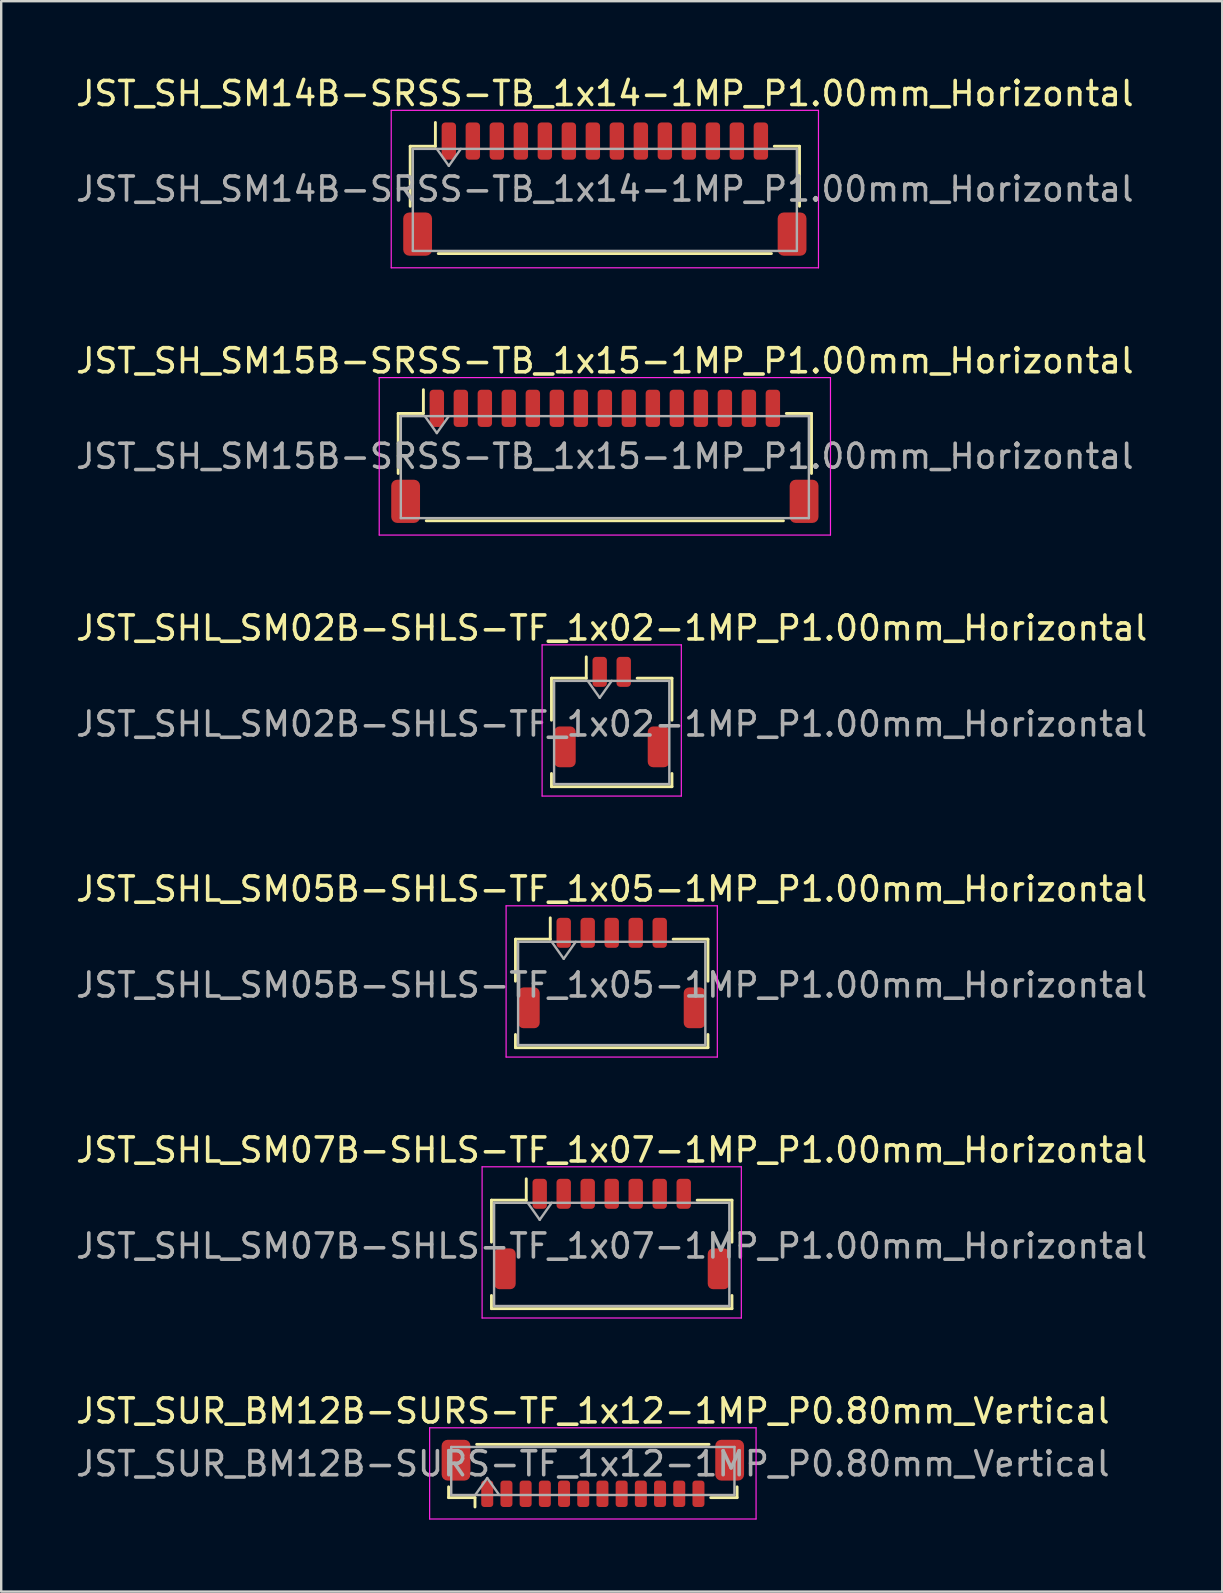
<source format=kicad_pcb>
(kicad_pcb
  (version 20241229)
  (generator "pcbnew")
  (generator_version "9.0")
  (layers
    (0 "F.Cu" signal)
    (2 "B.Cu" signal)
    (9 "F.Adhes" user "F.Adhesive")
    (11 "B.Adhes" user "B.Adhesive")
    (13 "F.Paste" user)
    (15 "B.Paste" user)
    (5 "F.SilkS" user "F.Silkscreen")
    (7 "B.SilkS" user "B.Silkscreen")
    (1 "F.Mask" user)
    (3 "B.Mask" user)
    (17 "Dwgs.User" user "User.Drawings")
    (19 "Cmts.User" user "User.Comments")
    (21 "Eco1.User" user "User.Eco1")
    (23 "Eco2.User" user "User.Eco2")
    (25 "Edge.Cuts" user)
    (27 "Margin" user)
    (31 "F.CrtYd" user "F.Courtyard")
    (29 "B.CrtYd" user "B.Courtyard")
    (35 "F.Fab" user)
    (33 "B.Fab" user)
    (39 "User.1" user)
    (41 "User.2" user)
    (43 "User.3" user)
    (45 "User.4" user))
  (footprint "JST_SH_SM14B-SRSS-TB_1x14-1MP_P1.00mm_Horizontal"
    (layer "F.Cu")
    (at 22.149 4.828)
    (property "Reference" "JST_SH_SM14B-SRSS-TB_1x14-1MP_P1.00mm_Horizontal" (at 0 -3.98 0) (layer "F.SilkS") (effects (font (size 1 1) (thickness 0.15))))
    (attr smd)
    (fp_line (start -8.11 -1.785) (end -7.06 -1.785) (stroke (width 0.12) (type solid)) (layer "F.SilkS"))
    (fp_line (start -8.11 0.715) (end -8.11 -1.785) (stroke (width 0.12) (type solid)) (layer "F.SilkS"))
    (fp_line (start -7.06 -1.785) (end -7.06 -2.775) (stroke (width 0.12) (type solid)) (layer "F.SilkS"))
    (fp_line (start -6.94 2.685) (end 6.94 2.685) (stroke (width 0.12) (type solid)) (layer "F.SilkS"))
    (fp_line (start 8.11 -1.785) (end 7.06 -1.785) (stroke (width 0.12) (type solid)) (layer "F.SilkS"))
    (fp_line (start 8.11 0.715) (end 8.11 -1.785) (stroke (width 0.12) (type solid)) (layer "F.SilkS"))
    (fp_line (start -8.9 -3.28) (end -8.9 3.28) (stroke (width 0.05) (type solid)) (layer "F.CrtYd"))
    (fp_line (start -8.9 3.28) (end 8.9 3.28) (stroke (width 0.05) (type solid)) (layer "F.CrtYd"))
    (fp_line (start 8.9 -3.28) (end -8.9 -3.28) (stroke (width 0.05) (type solid)) (layer "F.CrtYd"))
    (fp_line (start 8.9 3.28) (end 8.9 -3.28) (stroke (width 0.05) (type solid)) (layer "F.CrtYd"))
    (fp_line (start -8 -1.675) (end -8 2.575) (stroke (width 0.1) (type solid)) (layer "F.Fab"))
    (fp_line (start -8 -1.675) (end 8 -1.675) (stroke (width 0.1) (type solid)) (layer "F.Fab"))
    (fp_line (start -8 2.575) (end 8 2.575) (stroke (width 0.1) (type solid)) (layer "F.Fab"))
    (fp_line (start -7 -1.675) (end -6.5 -0.968) (stroke (width 0.1) (type solid)) (layer "F.Fab"))
    (fp_line (start -6.5 -0.968) (end -6 -1.675) (stroke (width 0.1) (type solid)) (layer "F.Fab"))
    (fp_line (start 8 -1.675) (end 8 2.575) (stroke (width 0.1) (type solid)) (layer "F.Fab"))
    (fp_text user "${REFERENCE}" (at 0 0 0) (layer "F.Fab") (effects (font (size 1 1) (thickness 0.15))))
    (pad "1" smd roundrect (at -6.5 -2) (size 0.6 1.55) (layers "F.Cu" "F.Mask" "F.Paste") (roundrect_rratio 0.25))
    (pad "2" smd roundrect (at -5.5 -2) (size 0.6 1.55) (layers "F.Cu" "F.Mask" "F.Paste") (roundrect_rratio 0.25))
    (pad "3" smd roundrect (at -4.5 -2) (size 0.6 1.55) (layers "F.Cu" "F.Mask" "F.Paste") (roundrect_rratio 0.25))
    (pad "4" smd roundrect (at -3.5 -2) (size 0.6 1.55) (layers "F.Cu" "F.Mask" "F.Paste") (roundrect_rratio 0.25))
    (pad "5" smd roundrect (at -2.5 -2) (size 0.6 1.55) (layers "F.Cu" "F.Mask" "F.Paste") (roundrect_rratio 0.25))
    (pad "6" smd roundrect (at -1.5 -2) (size 0.6 1.55) (layers "F.Cu" "F.Mask" "F.Paste") (roundrect_rratio 0.25))
    (pad "7" smd roundrect (at -0.5 -2) (size 0.6 1.55) (layers "F.Cu" "F.Mask" "F.Paste") (roundrect_rratio 0.25))
    (pad "8" smd roundrect (at 0.5 -2) (size 0.6 1.55) (layers "F.Cu" "F.Mask" "F.Paste") (roundrect_rratio 0.25))
    (pad "9" smd roundrect (at 1.5 -2) (size 0.6 1.55) (layers "F.Cu" "F.Mask" "F.Paste") (roundrect_rratio 0.25))
    (pad "10" smd roundrect (at 2.5 -2) (size 0.6 1.55) (layers "F.Cu" "F.Mask" "F.Paste") (roundrect_rratio 0.25))
    (pad "11" smd roundrect (at 3.5 -2) (size 0.6 1.55) (layers "F.Cu" "F.Mask" "F.Paste") (roundrect_rratio 0.25))
    (pad "12" smd roundrect (at 4.5 -2) (size 0.6 1.55) (layers "F.Cu" "F.Mask" "F.Paste") (roundrect_rratio 0.25))
    (pad "13" smd roundrect (at 5.5 -2) (size 0.6 1.55) (layers "F.Cu" "F.Mask" "F.Paste") (roundrect_rratio 0.25))
    (pad "14" smd roundrect (at 6.5 -2) (size 0.6 1.55) (layers "F.Cu" "F.Mask" "F.Paste") (roundrect_rratio 0.25))
    (pad "MP" smd roundrect (at -7.8 1.875) (size 1.2 1.8) (layers "F.Cu" "F.Mask" "F.Paste") (roundrect_rratio 0.208))
    (pad "MP" smd roundrect (at 7.8 1.875) (size 1.2 1.8) (layers "F.Cu" "F.Mask" "F.Paste") (roundrect_rratio 0.208)))
  (footprint "JST_SHL_SM07B-SHLS-TF_1x07-1MP_P1.00mm_Horizontal"
    (layer "F.Cu")
    (at 22.435 48.361)
    (property "Reference" "JST_SHL_SM07B-SHLS-TF_1x07-1MP_P1.00mm_Horizontal" (at 0 -3.5 0) (layer "F.SilkS") (effects (font (size 1 1) (thickness 0.15))))
    (attr smd)
    (fp_line (start -5.01 -1.41) (end -3.56 -1.41) (stroke (width 0.12) (type solid)) (layer "F.SilkS"))
    (fp_line (start -5.01 0.34) (end -5.01 -1.41) (stroke (width 0.12) (type solid)) (layer "F.SilkS"))
    (fp_line (start -5.01 2.56) (end -5.01 3.11) (stroke (width 0.12) (type solid)) (layer "F.SilkS"))
    (fp_line (start -5.01 3.11) (end 5.01 3.11) (stroke (width 0.12) (type solid)) (layer "F.SilkS"))
    (fp_line (start -3.56 -1.41) (end -3.56 -2.3) (stroke (width 0.12) (type solid)) (layer "F.SilkS"))
    (fp_line (start 5.01 -1.41) (end 3.56 -1.41) (stroke (width 0.12) (type solid)) (layer "F.SilkS"))
    (fp_line (start 5.01 0.34) (end 5.01 -1.41) (stroke (width 0.12) (type solid)) (layer "F.SilkS"))
    (fp_line (start 5.01 3.11) (end 5.01 2.56) (stroke (width 0.12) (type solid)) (layer "F.SilkS"))
    (fp_line (start -5.4 -2.8) (end -5.4 3.5) (stroke (width 0.05) (type solid)) (layer "F.CrtYd"))
    (fp_line (start -5.4 3.5) (end 5.4 3.5) (stroke (width 0.05) (type solid)) (layer "F.CrtYd"))
    (fp_line (start 5.4 -2.8) (end -5.4 -2.8) (stroke (width 0.05) (type solid)) (layer "F.CrtYd"))
    (fp_line (start 5.4 3.5) (end 5.4 -2.8) (stroke (width 0.05) (type solid)) (layer "F.CrtYd"))
    (fp_line (start -4.9 -1.3) (end -4.9 3) (stroke (width 0.1) (type solid)) (layer "F.Fab"))
    (fp_line (start -4.9 -1.3) (end 4.9 -1.3) (stroke (width 0.1) (type solid)) (layer "F.Fab"))
    (fp_line (start -4.9 3) (end 4.9 3) (stroke (width 0.1) (type solid)) (layer "F.Fab"))
    (fp_line (start -3.5 -1.3) (end -3 -0.593) (stroke (width 0.1) (type solid)) (layer "F.Fab"))
    (fp_line (start -3 -0.593) (end -2.5 -1.3) (stroke (width 0.1) (type solid)) (layer "F.Fab"))
    (fp_line (start 4.9 -1.3) (end 4.9 3) (stroke (width 0.1) (type solid)) (layer "F.Fab"))
    (fp_text user "${REFERENCE}" (at 0 0.5 0) (layer "F.Fab") (effects (font (size 1 1) (thickness 0.15))))
    (pad "1" smd roundrect (at -3 -1.675) (size 0.6 1.25) (layers "F.Cu" "F.Mask" "F.Paste") (roundrect_rratio 0.25))
    (pad "2" smd roundrect (at -2 -1.675) (size 0.6 1.25) (layers "F.Cu" "F.Mask" "F.Paste") (roundrect_rratio 0.25))
    (pad "3" smd roundrect (at -1 -1.675) (size 0.6 1.25) (layers "F.Cu" "F.Mask" "F.Paste") (roundrect_rratio 0.25))
    (pad "4" smd roundrect (at 0 -1.675) (size 0.6 1.25) (layers "F.Cu" "F.Mask" "F.Paste") (roundrect_rratio 0.25))
    (pad "5" smd roundrect (at 1 -1.675) (size 0.6 1.25) (layers "F.Cu" "F.Mask" "F.Paste") (roundrect_rratio 0.25))
    (pad "6" smd roundrect (at 2 -1.675) (size 0.6 1.25) (layers "F.Cu" "F.Mask" "F.Paste") (roundrect_rratio 0.25))
    (pad "7" smd roundrect (at 3 -1.675) (size 0.6 1.25) (layers "F.Cu" "F.Mask" "F.Paste") (roundrect_rratio 0.25))
    (pad "MP" smd roundrect (at -4.45 1.45) (size 0.9 1.7) (layers "F.Cu" "F.Mask" "F.Paste") (roundrect_rratio 0.25))
    (pad "MP" smd roundrect (at 4.45 1.45) (size 0.9 1.7) (layers "F.Cu" "F.Mask" "F.Paste") (roundrect_rratio 0.25)))
  (footprint "JST_SUR_BM12B-SURS-TF_1x12-1MP_P0.80mm_Vertical"
    (layer "F.Cu")
    (at 21.649 58.334)
    (property "Reference" "JST_SUR_BM12B-SURS-TF_1x12-1MP_P0.80mm_Vertical" (at 0 -2.6 0) (layer "F.SilkS") (effects (font (size 1 1) (thickness 0.15))))
    (attr smd)
    (fp_line (start -6.01 0.56) (end -6.01 1.01) (stroke (width 0.12) (type solid)) (layer "F.SilkS"))
    (fp_line (start -6.01 1.01) (end -4.91 1.01) (stroke (width 0.12) (type solid)) (layer "F.SilkS"))
    (fp_line (start -4.91 1.01) (end -4.91 1.4) (stroke (width 0.12) (type solid)) (layer "F.SilkS"))
    (fp_line (start -4.84 -1.21) (end 4.84 -1.21) (stroke (width 0.12) (type solid)) (layer "F.SilkS"))
    (fp_line (start 6.01 0.56) (end 6.01 1.01) (stroke (width 0.12) (type solid)) (layer "F.SilkS"))
    (fp_line (start 6.01 1.01) (end 4.91 1.01) (stroke (width 0.12) (type solid)) (layer "F.SilkS"))
    (fp_line (start -6.8 -1.9) (end -6.8 1.9) (stroke (width 0.05) (type solid)) (layer "F.CrtYd"))
    (fp_line (start -6.8 1.9) (end 6.8 1.9) (stroke (width 0.05) (type solid)) (layer "F.CrtYd"))
    (fp_line (start 6.8 -1.9) (end -6.8 -1.9) (stroke (width 0.05) (type solid)) (layer "F.CrtYd"))
    (fp_line (start 6.8 1.9) (end 6.8 -1.9) (stroke (width 0.05) (type solid)) (layer "F.CrtYd"))
    (fp_line (start -5.9 -1.1) (end 5.9 -1.1) (stroke (width 0.1) (type solid)) (layer "F.Fab"))
    (fp_line (start -5.9 0.9) (end -5.9 -1.1) (stroke (width 0.1) (type solid)) (layer "F.Fab"))
    (fp_line (start -5.9 0.9) (end 5.9 0.9) (stroke (width 0.1) (type solid)) (layer "F.Fab"))
    (fp_line (start -4.9 0.9) (end -4.4 0.193) (stroke (width 0.1) (type solid)) (layer "F.Fab"))
    (fp_line (start -4.4 0.193) (end -3.9 0.9) (stroke (width 0.1) (type solid)) (layer "F.Fab"))
    (fp_line (start 5.9 0.9) (end 5.9 -1.1) (stroke (width 0.1) (type solid)) (layer "F.Fab"))
    (fp_text user "${REFERENCE}" (at 0 -0.4 0) (layer "F.Fab") (effects (font (size 1 1) (thickness 0.15))))
    (pad "1" smd roundrect (at -4.4 0.85) (size 0.5 1.1) (layers "F.Cu" "F.Mask" "F.Paste") (roundrect_rratio 0.25))
    (pad "2" smd roundrect (at -3.6 0.85) (size 0.5 1.1) (layers "F.Cu" "F.Mask" "F.Paste") (roundrect_rratio 0.25))
    (pad "3" smd roundrect (at -2.8 0.85) (size 0.5 1.1) (layers "F.Cu" "F.Mask" "F.Paste") (roundrect_rratio 0.25))
    (pad "4" smd roundrect (at -2 0.85) (size 0.5 1.1) (layers "F.Cu" "F.Mask" "F.Paste") (roundrect_rratio 0.25))
    (pad "5" smd roundrect (at -1.2 0.85) (size 0.5 1.1) (layers "F.Cu" "F.Mask" "F.Paste") (roundrect_rratio 0.25))
    (pad "6" smd roundrect (at -0.4 0.85) (size 0.5 1.1) (layers "F.Cu" "F.Mask" "F.Paste") (roundrect_rratio 0.25))
    (pad "7" smd roundrect (at 0.4 0.85) (size 0.5 1.1) (layers "F.Cu" "F.Mask" "F.Paste") (roundrect_rratio 0.25))
    (pad "8" smd roundrect (at 1.2 0.85) (size 0.5 1.1) (layers "F.Cu" "F.Mask" "F.Paste") (roundrect_rratio 0.25))
    (pad "9" smd roundrect (at 2 0.85) (size 0.5 1.1) (layers "F.Cu" "F.Mask" "F.Paste") (roundrect_rratio 0.25))
    (pad "10" smd roundrect (at 2.8 0.85) (size 0.5 1.1) (layers "F.Cu" "F.Mask" "F.Paste") (roundrect_rratio 0.25))
    (pad "11" smd roundrect (at 3.6 0.85) (size 0.5 1.1) (layers "F.Cu" "F.Mask" "F.Paste") (roundrect_rratio 0.25))
    (pad "12" smd roundrect (at 4.4 0.85) (size 0.5 1.1) (layers "F.Cu" "F.Mask" "F.Paste") (roundrect_rratio 0.25))
    (pad "MP" smd roundrect (at -5.7 -0.55) (size 1.2 1.7) (layers "F.Cu" "F.Mask" "F.Paste") (roundrect_rratio 0.208))
    (pad "MP" smd roundrect (at 5.7 -0.55) (size 1.2 1.7) (layers "F.Cu" "F.Mask" "F.Paste") (roundrect_rratio 0.208)))
  (footprint "JST_SH_SM15B-SRSS-TB_1x15-1MP_P1.00mm_Horizontal"
    (layer "F.Cu")
    (at 22.149 15.961)
    (property "Reference" "JST_SH_SM15B-SRSS-TB_1x15-1MP_P1.00mm_Horizontal" (at 0 -3.98 0) (layer "F.SilkS") (effects (font (size 1 1) (thickness 0.15))))
    (attr smd)
    (fp_line (start -8.61 -1.785) (end -7.56 -1.785) (stroke (width 0.12) (type solid)) (layer "F.SilkS"))
    (fp_line (start -8.61 0.715) (end -8.61 -1.785) (stroke (width 0.12) (type solid)) (layer "F.SilkS"))
    (fp_line (start -7.56 -1.785) (end -7.56 -2.775) (stroke (width 0.12) (type solid)) (layer "F.SilkS"))
    (fp_line (start -7.44 2.685) (end 7.44 2.685) (stroke (width 0.12) (type solid)) (layer "F.SilkS"))
    (fp_line (start 8.61 -1.785) (end 7.56 -1.785) (stroke (width 0.12) (type solid)) (layer "F.SilkS"))
    (fp_line (start 8.61 0.715) (end 8.61 -1.785) (stroke (width 0.12) (type solid)) (layer "F.SilkS"))
    (fp_line (start -9.4 -3.28) (end -9.4 3.28) (stroke (width 0.05) (type solid)) (layer "F.CrtYd"))
    (fp_line (start -9.4 3.28) (end 9.4 3.28) (stroke (width 0.05) (type solid)) (layer "F.CrtYd"))
    (fp_line (start 9.4 -3.28) (end -9.4 -3.28) (stroke (width 0.05) (type solid)) (layer "F.CrtYd"))
    (fp_line (start 9.4 3.28) (end 9.4 -3.28) (stroke (width 0.05) (type solid)) (layer "F.CrtYd"))
    (fp_line (start -8.5 -1.675) (end -8.5 2.575) (stroke (width 0.1) (type solid)) (layer "F.Fab"))
    (fp_line (start -8.5 -1.675) (end 8.5 -1.675) (stroke (width 0.1) (type solid)) (layer "F.Fab"))
    (fp_line (start -8.5 2.575) (end 8.5 2.575) (stroke (width 0.1) (type solid)) (layer "F.Fab"))
    (fp_line (start -7.5 -1.675) (end -7 -0.968) (stroke (width 0.1) (type solid)) (layer "F.Fab"))
    (fp_line (start -7 -0.968) (end -6.5 -1.675) (stroke (width 0.1) (type solid)) (layer "F.Fab"))
    (fp_line (start 8.5 -1.675) (end 8.5 2.575) (stroke (width 0.1) (type solid)) (layer "F.Fab"))
    (fp_text user "${REFERENCE}" (at 0 0 0) (layer "F.Fab") (effects (font (size 1 1) (thickness 0.15))))
    (pad "1" smd roundrect (at -7 -2) (size 0.6 1.55) (layers "F.Cu" "F.Mask" "F.Paste") (roundrect_rratio 0.25))
    (pad "2" smd roundrect (at -6 -2) (size 0.6 1.55) (layers "F.Cu" "F.Mask" "F.Paste") (roundrect_rratio 0.25))
    (pad "3" smd roundrect (at -5 -2) (size 0.6 1.55) (layers "F.Cu" "F.Mask" "F.Paste") (roundrect_rratio 0.25))
    (pad "4" smd roundrect (at -4 -2) (size 0.6 1.55) (layers "F.Cu" "F.Mask" "F.Paste") (roundrect_rratio 0.25))
    (pad "5" smd roundrect (at -3 -2) (size 0.6 1.55) (layers "F.Cu" "F.Mask" "F.Paste") (roundrect_rratio 0.25))
    (pad "6" smd roundrect (at -2 -2) (size 0.6 1.55) (layers "F.Cu" "F.Mask" "F.Paste") (roundrect_rratio 0.25))
    (pad "7" smd roundrect (at -1 -2) (size 0.6 1.55) (layers "F.Cu" "F.Mask" "F.Paste") (roundrect_rratio 0.25))
    (pad "8" smd roundrect (at 0 -2) (size 0.6 1.55) (layers "F.Cu" "F.Mask" "F.Paste") (roundrect_rratio 0.25))
    (pad "9" smd roundrect (at 1 -2) (size 0.6 1.55) (layers "F.Cu" "F.Mask" "F.Paste") (roundrect_rratio 0.25))
    (pad "10" smd roundrect (at 2 -2) (size 0.6 1.55) (layers "F.Cu" "F.Mask" "F.Paste") (roundrect_rratio 0.25))
    (pad "11" smd roundrect (at 3 -2) (size 0.6 1.55) (layers "F.Cu" "F.Mask" "F.Paste") (roundrect_rratio 0.25))
    (pad "12" smd roundrect (at 4 -2) (size 0.6 1.55) (layers "F.Cu" "F.Mask" "F.Paste") (roundrect_rratio 0.25))
    (pad "13" smd roundrect (at 5 -2) (size 0.6 1.55) (layers "F.Cu" "F.Mask" "F.Paste") (roundrect_rratio 0.25))
    (pad "14" smd roundrect (at 6 -2) (size 0.6 1.55) (layers "F.Cu" "F.Mask" "F.Paste") (roundrect_rratio 0.25))
    (pad "15" smd roundrect (at 7 -2) (size 0.6 1.55) (layers "F.Cu" "F.Mask" "F.Paste") (roundrect_rratio 0.25))
    (pad "MP" smd roundrect (at -8.3 1.875) (size 1.2 1.8) (layers "F.Cu" "F.Mask" "F.Paste") (roundrect_rratio 0.208))
    (pad "MP" smd roundrect (at 8.3 1.875) (size 1.2 1.8) (layers "F.Cu" "F.Mask" "F.Paste") (roundrect_rratio 0.208)))
  (footprint "JST_SHL_SM05B-SHLS-TF_1x05-1MP_P1.00mm_Horizontal"
    (layer "F.Cu")
    (at 22.435 37.488)
    (property "Reference" "JST_SHL_SM05B-SHLS-TF_1x05-1MP_P1.00mm_Horizontal" (at 0 -3.5 0) (layer "F.SilkS") (effects (font (size 1 1) (thickness 0.15))))
    (attr smd)
    (fp_line (start -4.01 -1.41) (end -2.56 -1.41) (stroke (width 0.12) (type solid)) (layer "F.SilkS"))
    (fp_line (start -4.01 0.34) (end -4.01 -1.41) (stroke (width 0.12) (type solid)) (layer "F.SilkS"))
    (fp_line (start -4.01 2.56) (end -4.01 3.11) (stroke (width 0.12) (type solid)) (layer "F.SilkS"))
    (fp_line (start -4.01 3.11) (end 4.01 3.11) (stroke (width 0.12) (type solid)) (layer "F.SilkS"))
    (fp_line (start -2.56 -1.41) (end -2.56 -2.3) (stroke (width 0.12) (type solid)) (layer "F.SilkS"))
    (fp_line (start 4.01 -1.41) (end 2.56 -1.41) (stroke (width 0.12) (type solid)) (layer "F.SilkS"))
    (fp_line (start 4.01 0.34) (end 4.01 -1.41) (stroke (width 0.12) (type solid)) (layer "F.SilkS"))
    (fp_line (start 4.01 3.11) (end 4.01 2.56) (stroke (width 0.12) (type solid)) (layer "F.SilkS"))
    (fp_line (start -4.4 -2.8) (end -4.4 3.5) (stroke (width 0.05) (type solid)) (layer "F.CrtYd"))
    (fp_line (start -4.4 3.5) (end 4.4 3.5) (stroke (width 0.05) (type solid)) (layer "F.CrtYd"))
    (fp_line (start 4.4 -2.8) (end -4.4 -2.8) (stroke (width 0.05) (type solid)) (layer "F.CrtYd"))
    (fp_line (start 4.4 3.5) (end 4.4 -2.8) (stroke (width 0.05) (type solid)) (layer "F.CrtYd"))
    (fp_line (start -3.9 -1.3) (end -3.9 3) (stroke (width 0.1) (type solid)) (layer "F.Fab"))
    (fp_line (start -3.9 -1.3) (end 3.9 -1.3) (stroke (width 0.1) (type solid)) (layer "F.Fab"))
    (fp_line (start -3.9 3) (end 3.9 3) (stroke (width 0.1) (type solid)) (layer "F.Fab"))
    (fp_line (start -2.5 -1.3) (end -2 -0.593) (stroke (width 0.1) (type solid)) (layer "F.Fab"))
    (fp_line (start -2 -0.593) (end -1.5 -1.3) (stroke (width 0.1) (type solid)) (layer "F.Fab"))
    (fp_line (start 3.9 -1.3) (end 3.9 3) (stroke (width 0.1) (type solid)) (layer "F.Fab"))
    (fp_text user "${REFERENCE}" (at 0 0.5 0) (layer "F.Fab") (effects (font (size 1 1) (thickness 0.15))))
    (pad "1" smd roundrect (at -2 -1.675) (size 0.6 1.25) (layers "F.Cu" "F.Mask" "F.Paste") (roundrect_rratio 0.25))
    (pad "2" smd roundrect (at -1 -1.675) (size 0.6 1.25) (layers "F.Cu" "F.Mask" "F.Paste") (roundrect_rratio 0.25))
    (pad "3" smd roundrect (at 0 -1.675) (size 0.6 1.25) (layers "F.Cu" "F.Mask" "F.Paste") (roundrect_rratio 0.25))
    (pad "4" smd roundrect (at 1 -1.675) (size 0.6 1.25) (layers "F.Cu" "F.Mask" "F.Paste") (roundrect_rratio 0.25))
    (pad "5" smd roundrect (at 2 -1.675) (size 0.6 1.25) (layers "F.Cu" "F.Mask" "F.Paste") (roundrect_rratio 0.25))
    (pad "MP" smd roundrect (at -3.45 1.45) (size 0.9 1.7) (layers "F.Cu" "F.Mask" "F.Paste") (roundrect_rratio 0.25))
    (pad "MP" smd roundrect (at 3.45 1.45) (size 0.9 1.7) (layers "F.Cu" "F.Mask" "F.Paste") (roundrect_rratio 0.25)))
  (footprint "JST_SHL_SM02B-SHLS-TF_1x02-1MP_P1.00mm_Horizontal"
    (layer "F.Cu")
    (at 22.435 26.615)
    (property "Reference" "JST_SHL_SM02B-SHLS-TF_1x02-1MP_P1.00mm_Horizontal" (at 0 -3.5 0) (layer "F.SilkS") (effects (font (size 1 1) (thickness 0.15))))
    (attr smd)
    (fp_line (start -2.51 -1.41) (end -1.06 -1.41) (stroke (width 0.12) (type solid)) (layer "F.SilkS"))
    (fp_line (start -2.51 0.34) (end -2.51 -1.41) (stroke (width 0.12) (type solid)) (layer "F.SilkS"))
    (fp_line (start -2.51 2.56) (end -2.51 3.11) (stroke (width 0.12) (type solid)) (layer "F.SilkS"))
    (fp_line (start -2.51 3.11) (end 2.51 3.11) (stroke (width 0.12) (type solid)) (layer "F.SilkS"))
    (fp_line (start -1.06 -1.41) (end -1.06 -2.3) (stroke (width 0.12) (type solid)) (layer "F.SilkS"))
    (fp_line (start 2.51 -1.41) (end 1.06 -1.41) (stroke (width 0.12) (type solid)) (layer "F.SilkS"))
    (fp_line (start 2.51 0.34) (end 2.51 -1.41) (stroke (width 0.12) (type solid)) (layer "F.SilkS"))
    (fp_line (start 2.51 3.11) (end 2.51 2.56) (stroke (width 0.12) (type solid)) (layer "F.SilkS"))
    (fp_line (start -2.9 -2.8) (end -2.9 3.5) (stroke (width 0.05) (type solid)) (layer "F.CrtYd"))
    (fp_line (start -2.9 3.5) (end 2.9 3.5) (stroke (width 0.05) (type solid)) (layer "F.CrtYd"))
    (fp_line (start 2.9 -2.8) (end -2.9 -2.8) (stroke (width 0.05) (type solid)) (layer "F.CrtYd"))
    (fp_line (start 2.9 3.5) (end 2.9 -2.8) (stroke (width 0.05) (type solid)) (layer "F.CrtYd"))
    (fp_line (start -2.4 -1.3) (end -2.4 3) (stroke (width 0.1) (type solid)) (layer "F.Fab"))
    (fp_line (start -2.4 -1.3) (end 2.4 -1.3) (stroke (width 0.1) (type solid)) (layer "F.Fab"))
    (fp_line (start -2.4 3) (end 2.4 3) (stroke (width 0.1) (type solid)) (layer "F.Fab"))
    (fp_line (start -1 -1.3) (end -0.5 -0.593) (stroke (width 0.1) (type solid)) (layer "F.Fab"))
    (fp_line (start -0.5 -0.593) (end 0 -1.3) (stroke (width 0.1) (type solid)) (layer "F.Fab"))
    (fp_line (start 2.4 -1.3) (end 2.4 3) (stroke (width 0.1) (type solid)) (layer "F.Fab"))
    (fp_text user "${REFERENCE}" (at 0 0.5 0) (layer "F.Fab") (effects (font (size 1 1) (thickness 0.15))))
    (pad "1" smd roundrect (at -0.5 -1.675) (size 0.6 1.25) (layers "F.Cu" "F.Mask" "F.Paste") (roundrect_rratio 0.25))
    (pad "2" smd roundrect (at 0.5 -1.675) (size 0.6 1.25) (layers "F.Cu" "F.Mask" "F.Paste") (roundrect_rratio 0.25))
    (pad "MP" smd roundrect (at -1.95 1.45) (size 0.9 1.7) (layers "F.Cu" "F.Mask" "F.Paste") (roundrect_rratio 0.25))
    (pad "MP" smd roundrect (at 1.95 1.45) (size 0.9 1.7) (layers "F.Cu" "F.Mask" "F.Paste") (roundrect_rratio 0.25)))
  (gr_rect
    (start -3 -3)
    (end 47.869 63.26)
    (stroke (width 0.1) (type default))
    (fill no)
    (layer "Edge.Cuts")))
</source>
